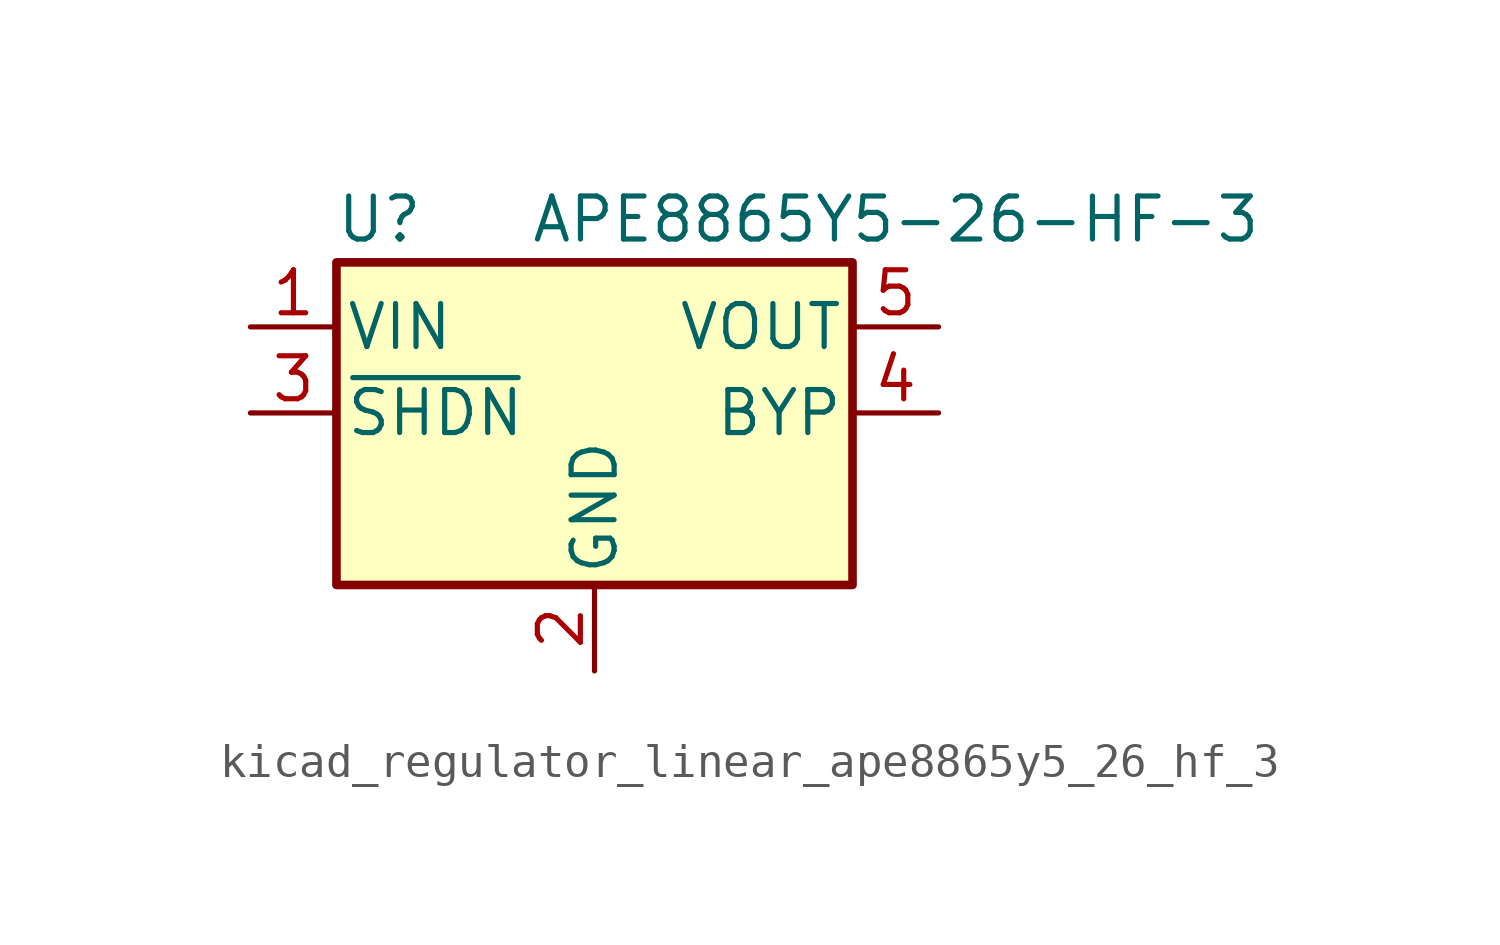
<source format=kicad_sym>
(kicad_symbol_lib
  (version 20220914)
  (generator kicad_symbol_editor)
  (symbol "kicad_regulator_linear_ape8865y5_26_hf_3"
    (pin_names
      (offset 0.254))
    (property "Reference" "U"
      (at -6.35 5.715 0)
      (effects (font (size 1.27 1.27))))
    (property "Value" "APE8865Y5-26-HF-3"
      (at -1.905 5.715 0)
      (effects (font (size 1.27 1.27)) (justify left)))
    (symbol "kicad_regulator_linear_ape8865y5_26_hf_3_0_1"
      (rectangle (start -7.62 4.445) (end 7.62 -5.08) (stroke (width 0.254) (type default)) (fill (type background))))
    (symbol "kicad_regulator_linear_ape8865y5_26_hf_3_1_1"
      (pin power_in line (at -10.16 2.54 0) (length 2.54) (name "VIN" (effects (font (size 1.27 1.27)))) (number "1" (effects (font (size 1.27 1.27)))))
      (pin power_in line (at 0 -7.62 90) (length 2.54) (name "GND" (effects (font (size 1.27 1.27)))) (number "2" (effects (font (size 1.27 1.27)))))
      (pin input line (at -10.16 0 0) (length 2.54) (name "~{SHDN}" (effects (font (size 1.27 1.27)))) (number "3" (effects (font (size 1.27 1.27)))))
      (pin input line (at 10.16 0 180) (length 2.54) (name "BYP" (effects (font (size 1.27 1.27)))) (number "4" (effects (font (size 1.27 1.27)))))
      (pin power_out line (at 10.16 2.54 180) (length 2.54) (name "VOUT" (effects (font (size 1.27 1.27)))) (number "5" (effects (font (size 1.27 1.27))))))))
</source>
